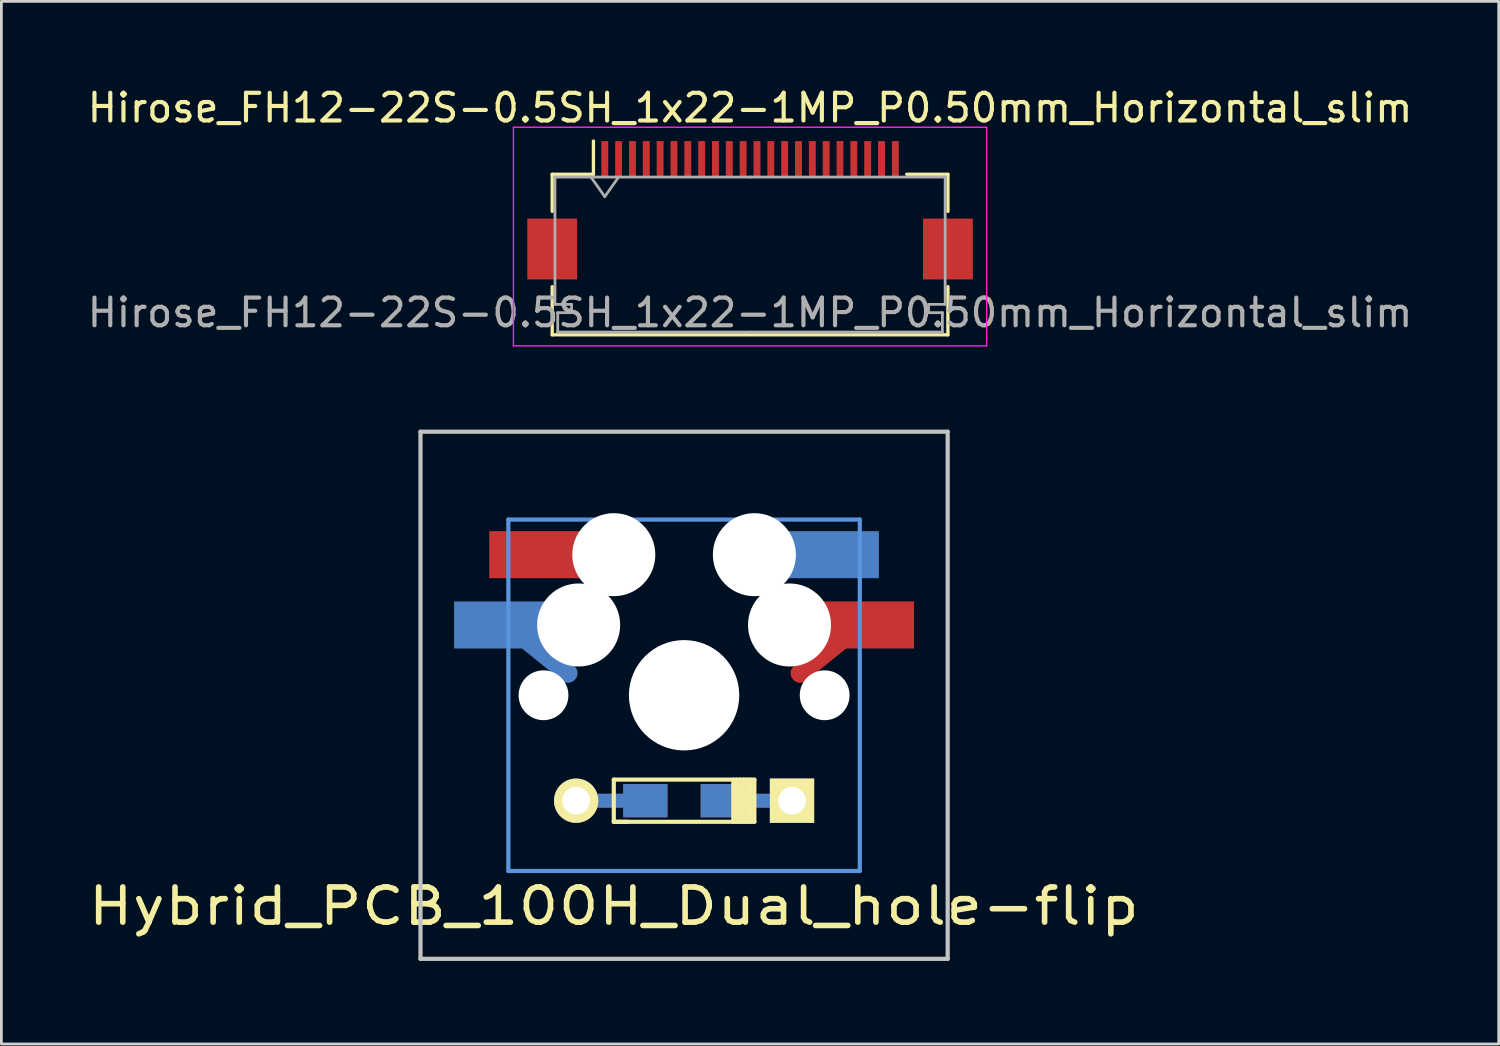
<source format=kicad_pcb>
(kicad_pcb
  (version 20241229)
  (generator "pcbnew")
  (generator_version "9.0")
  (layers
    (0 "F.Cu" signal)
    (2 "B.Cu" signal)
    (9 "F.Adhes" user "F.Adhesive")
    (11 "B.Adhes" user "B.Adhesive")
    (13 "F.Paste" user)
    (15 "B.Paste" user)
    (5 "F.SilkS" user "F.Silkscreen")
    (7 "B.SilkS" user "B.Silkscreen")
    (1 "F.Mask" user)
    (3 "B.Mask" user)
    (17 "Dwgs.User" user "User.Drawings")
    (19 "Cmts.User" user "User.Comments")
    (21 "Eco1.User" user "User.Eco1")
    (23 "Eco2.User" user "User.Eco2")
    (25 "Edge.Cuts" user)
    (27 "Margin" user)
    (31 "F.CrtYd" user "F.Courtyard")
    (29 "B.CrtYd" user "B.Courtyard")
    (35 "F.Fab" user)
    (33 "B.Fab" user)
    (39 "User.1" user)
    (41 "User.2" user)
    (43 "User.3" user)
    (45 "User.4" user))
  (footprint "Hybrid_PCB_100H_Dual_hole-flip"
    (layer "F.Cu")
    (at 21.67 22.074)
    (property "Reference" "Hybrid_PCB_100H_Dual_hole-flip" (at -2.54 7.62 0) (layer "F.SilkS") (effects (font (size 1.27 1.524) (thickness 0.203))))
    (attr through_hole)
    (fp_line (start 6.35 -2.54) (end 4.2 -0.8) (stroke (width 0.7) (type solid)) (layer "F.Cu"))
    (fp_line (start -6.35 -2.54) (end -4.2 -0.8) (stroke (width 0.7) (type solid)) (layer "B.Cu"))
    (fp_line (start -2.54 3.048) (end -2.54 4.572) (stroke (width 0.15) (type solid)) (layer "F.SilkS"))
    (fp_line (start -2.54 4.572) (end -2.032 4.572) (stroke (width 0.15) (type solid)) (layer "F.SilkS"))
    (fp_line (start -2.54 4.572) (end 2.54 4.572) (stroke (width 0.15) (type solid)) (layer "F.SilkS"))
    (fp_line (start 1.778 4.572) (end 1.778 3.048) (stroke (width 0.15) (type solid)) (layer "F.SilkS"))
    (fp_line (start 1.905 4.572) (end 1.905 3.048) (stroke (width 0.15) (type solid)) (layer "F.SilkS"))
    (fp_line (start 2.032 3.048) (end 2.032 4.572) (stroke (width 0.15) (type solid)) (layer "F.SilkS"))
    (fp_line (start 2.159 4.572) (end 2.159 3.048) (stroke (width 0.15) (type solid)) (layer "F.SilkS"))
    (fp_line (start 2.286 3.048) (end 2.286 4.572) (stroke (width 0.15) (type solid)) (layer "F.SilkS"))
    (fp_line (start 2.413 4.572) (end 2.413 3.048) (stroke (width 0.15) (type solid)) (layer "F.SilkS"))
    (fp_line (start 2.54 3.048) (end -2.54 3.048) (stroke (width 0.15) (type solid)) (layer "F.SilkS"))
    (fp_line (start 2.54 4.572) (end 2.54 3.048) (stroke (width 0.15) (type solid)) (layer "F.SilkS"))
    (fp_line (start -9.525 -9.525) (end 9.525 -9.525) (stroke (width 0.152) (type solid)) (layer "Dwgs.User"))
    (fp_line (start -9.525 9.525) (end -9.525 -9.525) (stroke (width 0.152) (type solid)) (layer "Dwgs.User"))
    (fp_line (start 9.525 -9.525) (end 9.525 9.525) (stroke (width 0.152) (type solid)) (layer "Dwgs.User"))
    (fp_line (start 9.525 9.525) (end -9.525 9.525) (stroke (width 0.152) (type solid)) (layer "Dwgs.User"))
    (fp_line (start -6.35 -6.35) (end 6.35 -6.35) (stroke (width 0.152) (type solid)) (layer "Cmts.User"))
    (fp_line (start -6.35 6.35) (end -6.35 -6.35) (stroke (width 0.152) (type solid)) (layer "Cmts.User"))
    (fp_line (start 6.35 -6.35) (end 6.35 6.35) (stroke (width 0.152) (type solid)) (layer "Cmts.User"))
    (fp_line (start 6.35 6.35) (end -6.35 6.35) (stroke (width 0.152) (type solid)) (layer "Cmts.User"))
    (fp_line (start -6.985 -6.985) (end 6.985 -6.985) (stroke (width 0.152) (type solid)) (layer "Eco2.User"))
    (fp_line (start -6.985 6.985) (end -6.985 -6.985) (stroke (width 0.152) (type solid)) (layer "Eco2.User"))
    (fp_line (start 6.985 -6.985) (end 6.985 6.985) (stroke (width 0.152) (type solid)) (layer "Eco2.User"))
    (fp_line (start 6.985 6.985) (end -6.985 6.985) (stroke (width 0.152) (type solid)) (layer "Eco2.User"))
    (pad "" np_thru_hole circle (at -5.08 0) (size 1.8 1.8) (drill 1.8) (layers "*.Cu" "*.Mask"))
    (pad "" np_thru_hole circle (at -3.81 -2.54) (size 3 3) (drill 3) (layers "*.Cu" "*.Mask"))
    (pad "" np_thru_hole circle (at -2.54 -5.08 331) (size 3 3) (drill 3) (layers "*.Cu" "*.Mask"))
    (pad "" np_thru_hole circle (at 0 0) (size 3.988 3.988) (drill 3.988) (layers "*.Cu" "*.Mask"))
    (pad "" np_thru_hole circle (at 2.54 -5.08) (size 3 3) (drill 3) (layers "*.Cu" "*.Mask"))
    (pad "" np_thru_hole circle (at 3.81 -2.54) (size 3 3) (drill 3) (layers "*.Cu" "*.Mask"))
    (pad "" np_thru_hole circle (at 5.08 0) (size 1.8 1.8) (drill 1.8) (layers "*.Cu" "*.Mask"))
    (pad "1" smd rect (at 1.4 3.81) (size 1.6 1.2) (layers "F.Cu" "F.Mask" "F.Paste"))
    (pad "1" smd rect (at 1.4 3.81) (size 1.6 1.2) (layers "B.Cu" "B.Mask" "B.Paste"))
    (pad "1" smd rect (at 2.7 3.81) (size 2.5 0.5) (layers "F.Cu"))
    (pad "1" smd rect (at 2.7 3.81) (size 2.5 0.5) (layers "B.Cu"))
    (pad "1" thru_hole rect (at 3.9 3.81) (size 1.6 1.6) (drill 1) (layers "*.Cu" "*.Mask" "F.SilkS"))
    (pad "1" smd rect (at 5.29 -5.08) (size 3.5 1.7) (layers "B.Cu" "B.Mask" "B.Paste"))
    (pad "1" smd rect (at 6.56 -2.54) (size 3.5 1.7) (layers "F.Cu" "F.Mask" "F.Paste"))
    (pad "2" smd rect (at -6.56 -2.54) (size 3.5 1.7) (layers "B.Cu" "B.Mask" "B.Paste"))
    (pad "2" smd rect (at -5.29 -5.08) (size 3.5 1.7) (layers "F.Cu" "F.Mask" "F.Paste"))
    (pad "2" thru_hole circle (at -3.9 3.81) (size 1.6 1.6) (drill 1) (layers "*.Cu" "*.Mask" "F.SilkS"))
    (pad "2" smd rect (at -2.7 3.81) (size 2.5 0.5) (layers "F.Cu"))
    (pad "2" smd rect (at -2.7 3.81) (size 2.5 0.5) (layers "B.Cu"))
    (pad "2" smd rect (at -1.4 3.81) (size 1.6 1.2) (layers "F.Cu" "F.Mask" "F.Paste"))
    (pad "2" smd rect (at -1.4 3.81) (size 1.6 1.2) (layers "B.Cu" "B.Mask" "B.Paste")))
  (footprint "Hirose_FH12-22S-0.5SH_1x22-1MP_P0.50mm_Horizontal_slim"
    (layer "F.Cu")
    (at 24.054 4.548)
    (property "Reference" "Hirose_FH12-22S-0.5SH_1x22-1MP_P0.50mm_Horizontal_slim" (at 0 -3.7 0) (layer "F.SilkS") (effects (font (size 1 1) (thickness 0.15))))
    (attr smd)
    (fp_line (start -7.15 -1.3) (end -7.15 0.04) (stroke (width 0.12) (type solid)) (layer "F.SilkS"))
    (fp_line (start -7.15 2.76) (end -7.15 4.5) (stroke (width 0.12) (type solid)) (layer "F.SilkS"))
    (fp_line (start -7.15 4.5) (end 7.15 4.5) (stroke (width 0.12) (type solid)) (layer "F.SilkS"))
    (fp_line (start -5.66 -1.3) (end -7.15 -1.3) (stroke (width 0.12) (type solid)) (layer "F.SilkS"))
    (fp_line (start -5.66 -1.3) (end -5.66 -2.5) (stroke (width 0.12) (type solid)) (layer "F.SilkS"))
    (fp_line (start 5.66 -1.3) (end 7.15 -1.3) (stroke (width 0.12) (type solid)) (layer "F.SilkS"))
    (fp_line (start 7.15 -1.3) (end 7.15 0.04) (stroke (width 0.12) (type solid)) (layer "F.SilkS"))
    (fp_line (start 7.15 4.5) (end 7.15 2.76) (stroke (width 0.12) (type solid)) (layer "F.SilkS"))
    (fp_line (start -8.55 -3) (end -8.55 4.9) (stroke (width 0.05) (type solid)) (layer "F.CrtYd"))
    (fp_line (start -8.55 4.9) (end 8.55 4.9) (stroke (width 0.05) (type solid)) (layer "F.CrtYd"))
    (fp_line (start 8.55 -3) (end -8.55 -3) (stroke (width 0.05) (type solid)) (layer "F.CrtYd"))
    (fp_line (start 8.55 4.9) (end 8.55 -3) (stroke (width 0.05) (type solid)) (layer "F.CrtYd"))
    (fp_line (start -7.05 -1.2) (end -7.05 3.4) (stroke (width 0.1) (type solid)) (layer "F.Fab"))
    (fp_line (start -7.05 3.4) (end -6.45 3.4) (stroke (width 0.1) (type solid)) (layer "F.Fab"))
    (fp_line (start -6.95 3.7) (end -6.95 4.4) (stroke (width 0.1) (type solid)) (layer "F.Fab"))
    (fp_line (start -6.95 4.4) (end 0 4.4) (stroke (width 0.1) (type solid)) (layer "F.Fab"))
    (fp_line (start -6.45 3.4) (end -6.45 3.7) (stroke (width 0.1) (type solid)) (layer "F.Fab"))
    (fp_line (start -6.45 3.7) (end -6.95 3.7) (stroke (width 0.1) (type solid)) (layer "F.Fab"))
    (fp_line (start -5.75 -1.2) (end -5.25 -0.493) (stroke (width 0.1) (type solid)) (layer "F.Fab"))
    (fp_line (start -5.25 -0.493) (end -4.75 -1.2) (stroke (width 0.1) (type solid)) (layer "F.Fab"))
    (fp_line (start 0 -1.2) (end -7.05 -1.2) (stroke (width 0.1) (type solid)) (layer "F.Fab"))
    (fp_line (start 0 -1.2) (end 7.05 -1.2) (stroke (width 0.1) (type solid)) (layer "F.Fab"))
    (fp_line (start 6.45 3.4) (end 6.45 3.7) (stroke (width 0.1) (type solid)) (layer "F.Fab"))
    (fp_line (start 6.45 3.7) (end 6.95 3.7) (stroke (width 0.1) (type solid)) (layer "F.Fab"))
    (fp_line (start 6.95 3.7) (end 6.95 4.4) (stroke (width 0.1) (type solid)) (layer "F.Fab"))
    (fp_line (start 6.95 4.4) (end 0 4.4) (stroke (width 0.1) (type solid)) (layer "F.Fab"))
    (fp_line (start 7.05 -1.2) (end 7.05 3.4) (stroke (width 0.1) (type solid)) (layer "F.Fab"))
    (fp_line (start 7.05 3.4) (end 6.45 3.4) (stroke (width 0.1) (type solid)) (layer "F.Fab"))
    (fp_text user "${REFERENCE}" (at 0 3.7 0) (layer "F.Fab") (effects (font (size 1 1) (thickness 0.15))))
    (pad "1" smd rect (at -5.25 -1.85) (size 0.25 1.3) (layers "F.Cu" "F.Mask" "F.Paste"))
    (pad "2" smd rect (at -4.75 -1.85) (size 0.25 1.3) (layers "F.Cu" "F.Mask" "F.Paste"))
    (pad "3" smd rect (at -4.25 -1.85) (size 0.25 1.3) (layers "F.Cu" "F.Mask" "F.Paste"))
    (pad "4" smd rect (at -3.75 -1.85) (size 0.25 1.3) (layers "F.Cu" "F.Mask" "F.Paste"))
    (pad "5" smd rect (at -3.25 -1.85) (size 0.25 1.3) (layers "F.Cu" "F.Mask" "F.Paste"))
    (pad "6" smd rect (at -2.75 -1.85) (size 0.25 1.3) (layers "F.Cu" "F.Mask" "F.Paste"))
    (pad "7" smd rect (at -2.25 -1.85) (size 0.25 1.3) (layers "F.Cu" "F.Mask" "F.Paste"))
    (pad "8" smd rect (at -1.75 -1.85) (size 0.25 1.3) (layers "F.Cu" "F.Mask" "F.Paste"))
    (pad "9" smd rect (at -1.25 -1.85) (size 0.25 1.3) (layers "F.Cu" "F.Mask" "F.Paste"))
    (pad "10" smd rect (at -0.75 -1.85) (size 0.25 1.3) (layers "F.Cu" "F.Mask" "F.Paste"))
    (pad "11" smd rect (at -0.25 -1.85) (size 0.25 1.3) (layers "F.Cu" "F.Mask" "F.Paste"))
    (pad "12" smd rect (at 0.25 -1.85) (size 0.25 1.3) (layers "F.Cu" "F.Mask" "F.Paste"))
    (pad "13" smd rect (at 0.75 -1.85) (size 0.25 1.3) (layers "F.Cu" "F.Mask" "F.Paste"))
    (pad "14" smd rect (at 1.25 -1.85) (size 0.25 1.3) (layers "F.Cu" "F.Mask" "F.Paste"))
    (pad "15" smd rect (at 1.75 -1.85) (size 0.25 1.3) (layers "F.Cu" "F.Mask" "F.Paste"))
    (pad "16" smd rect (at 2.25 -1.85) (size 0.25 1.3) (layers "F.Cu" "F.Mask" "F.Paste"))
    (pad "17" smd rect (at 2.75 -1.85) (size 0.25 1.3) (layers "F.Cu" "F.Mask" "F.Paste"))
    (pad "18" smd rect (at 3.25 -1.85) (size 0.25 1.3) (layers "F.Cu" "F.Mask" "F.Paste"))
    (pad "19" smd rect (at 3.75 -1.85) (size 0.25 1.3) (layers "F.Cu" "F.Mask" "F.Paste"))
    (pad "20" smd rect (at 4.25 -1.85) (size 0.25 1.3) (layers "F.Cu" "F.Mask" "F.Paste"))
    (pad "21" smd rect (at 4.75 -1.85) (size 0.25 1.3) (layers "F.Cu" "F.Mask" "F.Paste"))
    (pad "22" smd rect (at 5.25 -1.85) (size 0.25 1.3) (layers "F.Cu" "F.Mask" "F.Paste"))
    (pad "MP" smd rect (at -7.15 1.4) (size 1.8 2.2) (layers "F.Cu" "F.Mask" "F.Paste"))
    (pad "MP" smd rect (at 7.15 1.4) (size 1.8 2.2) (layers "F.Cu" "F.Mask" "F.Paste")))
  (gr_rect
    (start -3 -3)
    (end 51.107 34.676)
    (stroke (width 0.1) (type default))
    (fill no)
    (layer "Edge.Cuts")))
</source>
